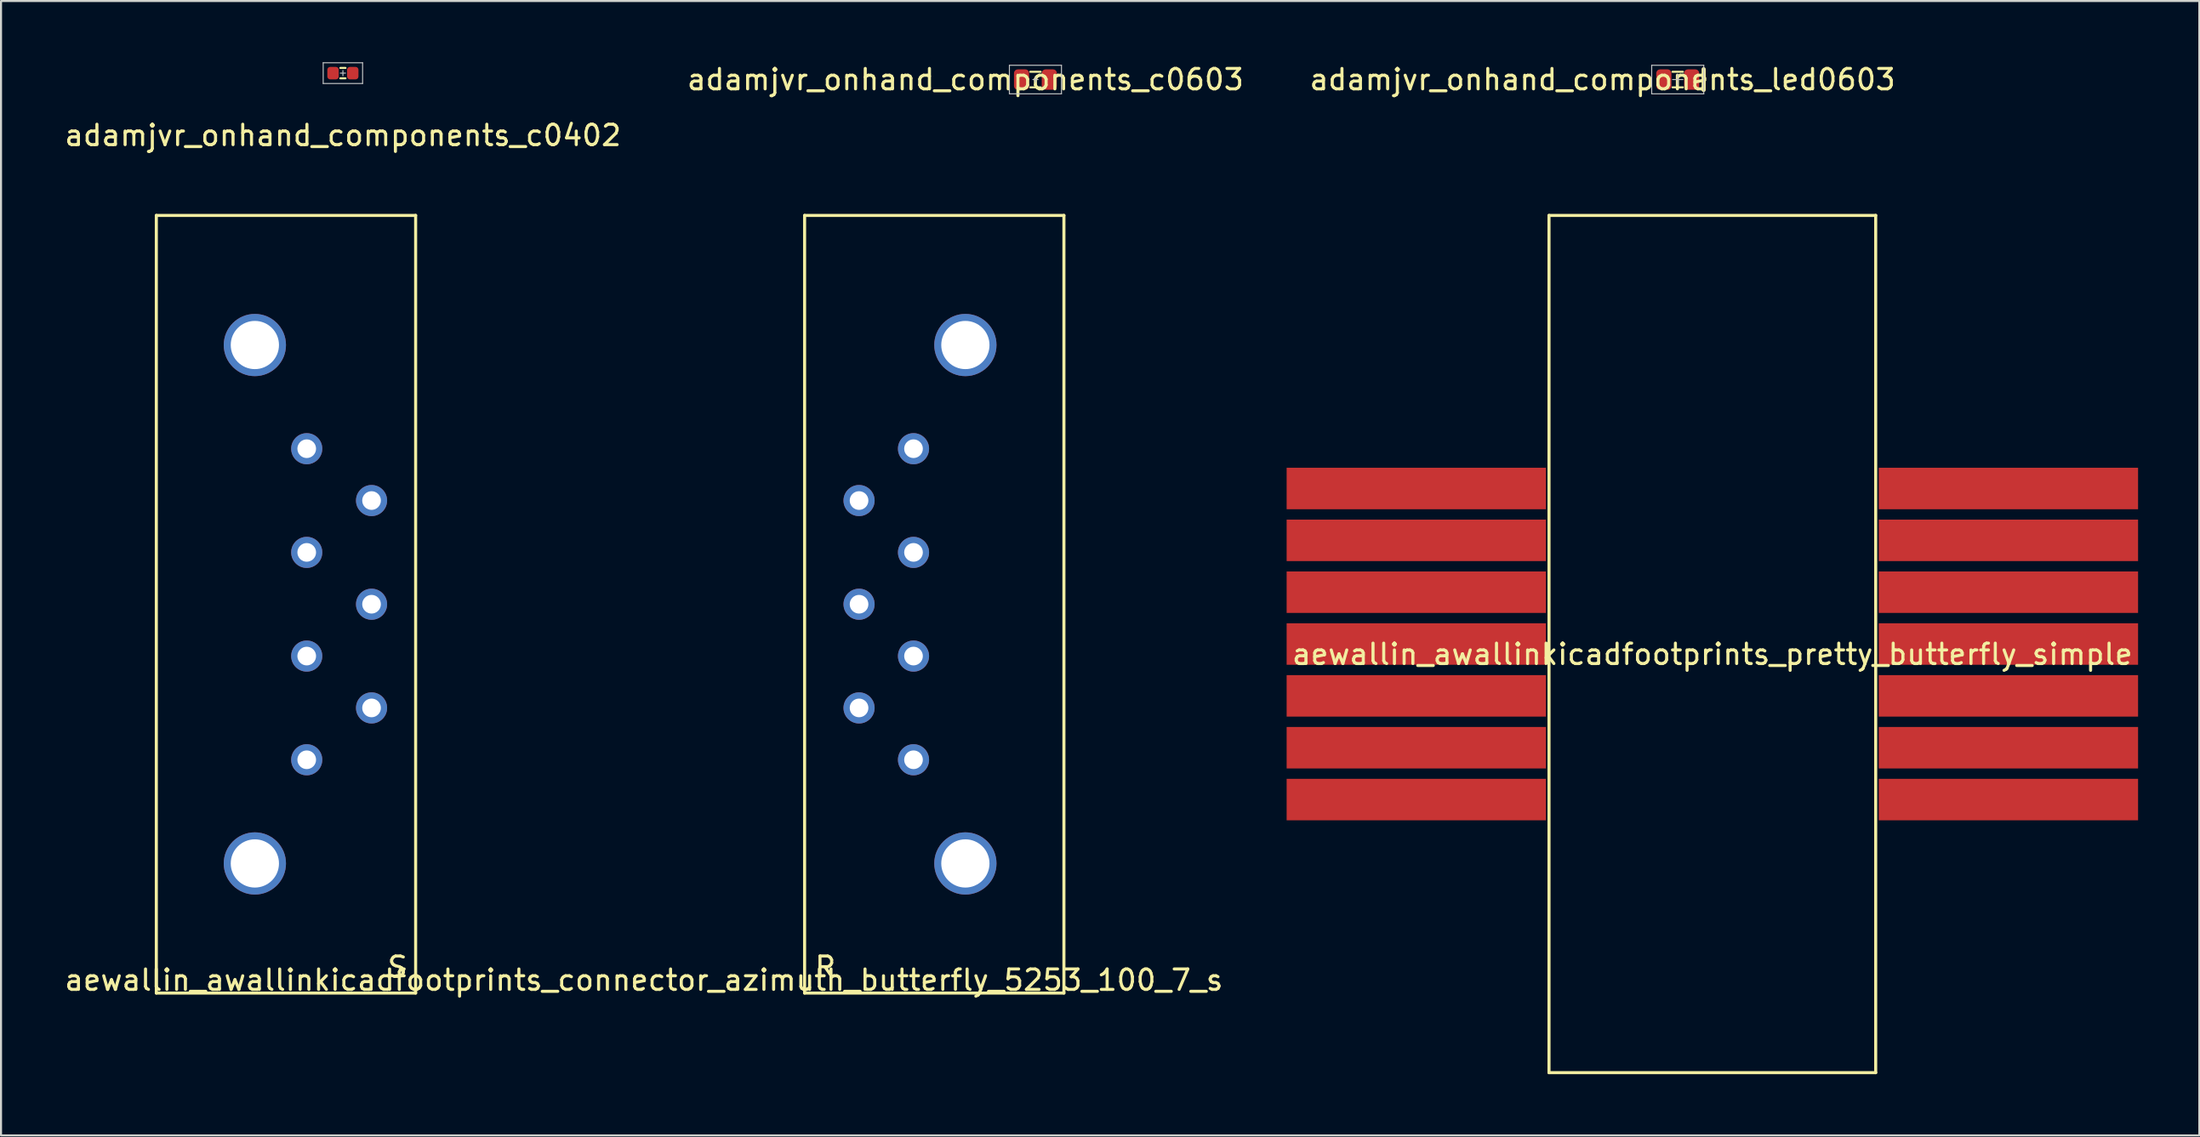
<source format=kicad_pcb>
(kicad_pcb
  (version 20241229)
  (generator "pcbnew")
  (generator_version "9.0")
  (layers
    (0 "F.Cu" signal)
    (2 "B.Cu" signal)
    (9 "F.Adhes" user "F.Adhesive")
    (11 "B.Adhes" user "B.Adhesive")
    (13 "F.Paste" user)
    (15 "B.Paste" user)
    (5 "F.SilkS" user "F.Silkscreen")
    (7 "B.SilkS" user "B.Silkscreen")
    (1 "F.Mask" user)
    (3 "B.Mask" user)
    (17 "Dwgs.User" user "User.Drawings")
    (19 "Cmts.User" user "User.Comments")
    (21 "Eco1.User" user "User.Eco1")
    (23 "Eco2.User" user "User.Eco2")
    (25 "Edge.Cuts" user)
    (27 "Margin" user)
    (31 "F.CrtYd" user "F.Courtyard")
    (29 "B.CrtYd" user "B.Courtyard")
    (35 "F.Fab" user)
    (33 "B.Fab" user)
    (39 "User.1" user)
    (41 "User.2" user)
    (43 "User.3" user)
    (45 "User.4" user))
  (footprint "aewallin_awallinkicadfootprints_connector_azimuth_butterfly_5253_100_7_s"
    (layer "F.Cu")
    (at 9.432 39.254)
    (property "Reference" "aewallin_awallinkicadfootprints_connector_azimuth_butterfly_5253_100_7_s" (at 19.05 5.715 0) (layer "F.SilkS") (effects (font (size 1 1) (thickness 0.15))))
    (attr through_hole)
    (fp_line (start -4.826 -31.75) (end -4.826 6.35) (stroke (width 0.15) (type solid)) (layer "F.SilkS"))
    (fp_line (start 7.874 -31.75) (end -4.826 -31.75) (stroke (width 0.15) (type solid)) (layer "F.SilkS"))
    (fp_line (start 7.874 6.35) (end -4.826 6.35) (stroke (width 0.15) (type solid)) (layer "F.SilkS"))
    (fp_line (start 7.874 6.35) (end 7.874 -31.75) (stroke (width 0.15) (type solid)) (layer "F.SilkS"))
    (fp_line (start 26.924 -31.75) (end 39.624 -31.75) (stroke (width 0.15) (type solid)) (layer "F.SilkS"))
    (fp_line (start 26.924 6.35) (end 26.924 -31.75) (stroke (width 0.15) (type solid)) (layer "F.SilkS"))
    (fp_line (start 26.924 6.35) (end 39.624 6.35) (stroke (width 0.15) (type solid)) (layer "F.SilkS"))
    (fp_line (start 39.624 -31.75) (end 39.624 6.35) (stroke (width 0.15) (type solid)) (layer "F.SilkS"))
    (fp_text user "R" (at 27.94 5.08 0) (layer "F.SilkS") (effects (font (size 1 1) (thickness 0.15))))
    (fp_text user "S" (at 6.985 5.08 0) (layer "F.SilkS") (effects (font (size 1 1) (thickness 0.15))))
    (pad "" np_thru_hole circle (at 0 -25.4) (size 3.048 3.048) (drill 2.362) (layers "*.Cu" "*.Mask"))
    (pad "" np_thru_hole circle (at 0 0) (size 3.048 3.048) (drill 2.362) (layers "*.Cu" "*.Mask"))
    (pad "" np_thru_hole circle (at 34.798 -25.4) (size 3.048 3.048) (drill 2.362) (layers "*.Cu" "*.Mask"))
    (pad "" np_thru_hole circle (at 34.798 0) (size 3.048 3.048) (drill 2.362) (layers "*.Cu" "*.Mask"))
    (pad "1" thru_hole circle (at 2.54 -20.32) (size 1.524 1.524) (drill 0.914) (layers "*.Cu" "*.Mask"))
    (pad "2" thru_hole circle (at 5.715 -17.78) (size 1.524 1.524) (drill 0.914) (layers "*.Cu" "*.Mask"))
    (pad "3" thru_hole circle (at 2.54 -15.24) (size 1.524 1.524) (drill 0.914) (layers "*.Cu" "*.Mask"))
    (pad "4" thru_hole circle (at 5.715 -12.7) (size 1.524 1.524) (drill 0.914) (layers "*.Cu" "*.Mask"))
    (pad "5" thru_hole circle (at 2.54 -10.16) (size 1.524 1.524) (drill 0.914) (layers "*.Cu" "*.Mask"))
    (pad "6" thru_hole circle (at 5.715 -7.62) (size 1.524 1.524) (drill 0.914) (layers "*.Cu" "*.Mask"))
    (pad "7" thru_hole circle (at 2.54 -5.08) (size 1.524 1.524) (drill 0.914) (layers "*.Cu" "*.Mask"))
    (pad "8" thru_hole circle (at 32.258 -5.08) (size 1.524 1.524) (drill 0.914) (layers "*.Cu" "*.Mask"))
    (pad "9" thru_hole circle (at 29.591 -7.62) (size 1.524 1.524) (drill 0.914) (layers "*.Cu" "*.Mask"))
    (pad "10" thru_hole circle (at 32.258 -10.16) (size 1.524 1.524) (drill 0.914) (layers "*.Cu" "*.Mask"))
    (pad "11" thru_hole circle (at 29.591 -12.7) (size 1.524 1.524) (drill 0.914) (layers "*.Cu" "*.Mask"))
    (pad "12" thru_hole circle (at 32.258 -15.24) (size 1.524 1.524) (drill 0.914) (layers "*.Cu" "*.Mask"))
    (pad "13" thru_hole circle (at 29.591 -17.78) (size 1.524 1.524) (drill 0.914) (layers "*.Cu" "*.Mask"))
    (pad "14" thru_hole circle (at 32.258 -20.32) (size 1.524 1.524) (drill 0.914) (layers "*.Cu" "*.Mask")))
  (footprint "adamjvr_onhand_components_c0603"
    (layer "F.Cu")
    (at 47.661 0.848)
    (property "Reference" "adamjvr_onhand_components_c0603" (at -3.429 0 0) (layer "F.SilkS") (effects (font (size 1 1) (thickness 0.15))))
    (attr through_hole)
    (fp_line (start -0.127 -0.254) (end -0.127 0.254) (stroke (width 0.05) (type solid)) (layer "F.Mask"))
    (fp_line (start -0.127 0.254) (end 0.127 0.254) (stroke (width 0.05) (type solid)) (layer "F.Mask"))
    (fp_line (start 0.127 -0.254) (end -0.127 -0.254) (stroke (width 0.05) (type solid)) (layer "F.Mask"))
    (fp_line (start 0.127 0.254) (end 0.127 -0.254) (stroke (width 0.05) (type solid)) (layer "F.Mask"))
    (fp_line (start -0.254 -0.381) (end 0.254 -0.381) (stroke (width 0.1) (type solid)) (layer "F.SilkS"))
    (fp_line (start -0.254 0.381) (end 0.254 0.381) (stroke (width 0.1) (type solid)) (layer "F.SilkS"))
    (fp_line (start -1.275 -0.7) (end -1.275 0.7) (stroke (width 0.05) (type solid)) (layer "Dwgs.User"))
    (fp_line (start -1.275 -0.7) (end 1.275 -0.7) (stroke (width 0.05) (type solid)) (layer "Dwgs.User"))
    (fp_line (start -1.275 0.7) (end 1.275 0.7) (stroke (width 0.05) (type solid)) (layer "Dwgs.User"))
    (fp_line (start 0 -0.127) (end 0 0.127) (stroke (width 0.05) (type solid)) (layer "Dwgs.User"))
    (fp_line (start 0.127 0) (end -0.127 0) (stroke (width 0.05) (type solid)) (layer "Dwgs.User"))
    (fp_line (start 1.275 -0.7) (end 1.275 0.7) (stroke (width 0.05) (type solid)) (layer "Dwgs.User"))
    (fp_line (start -0.8 -0.4) (end -0.8 0.4) (stroke (width 0.05) (type solid)) (layer "Eco1.User"))
    (fp_line (start -0.8 0.4) (end 0.8 0.4) (stroke (width 0.05) (type solid)) (layer "Eco1.User"))
    (fp_line (start 0.8 -0.4) (end -0.8 -0.4) (stroke (width 0.05) (type solid)) (layer "Eco1.User"))
    (fp_line (start 0.8 0.4) (end 0.8 -0.4) (stroke (width 0.05) (type solid)) (layer "Eco1.User"))
    (pad "1" smd roundrect (at -0.68 0) (size 0.74 1) (layers "F.Cu" "F.Mask" "F.Paste") (roundrect_rratio 0.25))
    (pad "2" smd roundrect (at 0.68 0) (size 0.74 1) (layers "F.Cu" "F.Mask" "F.Paste") (roundrect_rratio 0.25)))
  (footprint "adamjvr_onhand_components_led0603"
    (layer "F.Cu")
    (at 79.118 0.848)
    (property "Reference" "adamjvr_onhand_components_led0603" (at -3.683 0 0) (layer "F.SilkS") (effects (font (size 1 1) (thickness 0.15))))
    (attr through_hole)
    (fp_line (start -0.254 -0.381) (end 0.254 -0.381) (stroke (width 0.1) (type solid)) (layer "F.SilkS"))
    (fp_line (start 0.254 0.381) (end -0.254 0.381) (stroke (width 0.1) (type solid)) (layer "F.SilkS"))
    (fp_line (start 1.27 -0.508) (end 1.27 0.508) (stroke (width 0.2) (type solid)) (layer "F.SilkS"))
    (fp_line (start -1.275 -0.7) (end 1.275 -0.7) (stroke (width 0.05) (type solid)) (layer "Dwgs.User"))
    (fp_line (start -1.275 0.7) (end -1.275 -0.7) (stroke (width 0.05) (type solid)) (layer "Dwgs.User"))
    (fp_line (start 0 -0.254) (end 0 0.254) (stroke (width 0.05) (type solid)) (layer "Dwgs.User"))
    (fp_line (start 0.254 0) (end -0.254 0) (stroke (width 0.05) (type solid)) (layer "Dwgs.User"))
    (fp_line (start 1.275 -0.7) (end 1.275 0.7) (stroke (width 0.05) (type solid)) (layer "Dwgs.User"))
    (fp_line (start 1.275 0.7) (end -1.275 0.7) (stroke (width 0.05) (type solid)) (layer "Dwgs.User"))
    (fp_line (start -0.8 -0.381) (end -0.8 0.381) (stroke (width 0.05) (type solid)) (layer "Eco1.User"))
    (fp_line (start -0.8 0.381) (end 0.8 0.381) (stroke (width 0.05) (type solid)) (layer "Eco1.User"))
    (fp_line (start 0.8 -0.381) (end -0.8 -0.381) (stroke (width 0.05) (type solid)) (layer "Eco1.User"))
    (fp_line (start 0.8 0.381) (end 0.8 -0.381) (stroke (width 0.05) (type solid)) (layer "Eco1.User"))
    (pad "1" smd roundrect (at -0.68 0) (size 0.74 1) (layers "F.Cu" "F.Mask" "F.Paste") (roundrect_rratio 0.25))
    (pad "2" smd roundrect (at 0.68 0) (size 0.74 1) (layers "F.Cu" "F.Mask" "F.Paste") (roundrect_rratio 0.25)))
  (footprint "aewallin_awallinkicadfootprints_pretty_butterfly_simple"
    (layer "F.Cu")
    (at 80.814 28.504)
    (property "Reference" "aewallin_awallinkicadfootprints_pretty_butterfly_simple" (at 0 0.5 0) (layer "F.SilkS") (effects (font (size 1 1) (thickness 0.15))))
    (attr through_hole)
    (fp_line (start -8 -21) (end -8 21) (stroke (width 0.15) (type solid)) (layer "F.SilkS"))
    (fp_line (start -8 -21) (end 8 -21) (stroke (width 0.15) (type solid)) (layer "F.SilkS"))
    (fp_line (start -8 21) (end 8 21) (stroke (width 0.15) (type solid)) (layer "F.SilkS"))
    (fp_line (start 8 21) (end 8 -21) (stroke (width 0.15) (type solid)) (layer "F.SilkS"))
    (pad "1" smd rect (at -14.5 -7.62) (size 12.7 2.032) (layers "F.Cu" "F.Mask" "F.Paste"))
    (pad "2" smd rect (at -14.5 -5.08) (size 12.7 2.032) (layers "F.Cu" "F.Mask" "F.Paste"))
    (pad "3" smd rect (at -14.5 -2.54) (size 12.7 2.032) (layers "F.Cu" "F.Mask" "F.Paste"))
    (pad "4" smd rect (at -14.5 0) (size 12.7 2.032) (layers "F.Cu" "F.Mask" "F.Paste"))
    (pad "5" smd rect (at -14.5 2.54) (size 12.7 2.032) (layers "F.Cu" "F.Mask" "F.Paste"))
    (pad "6" smd rect (at -14.5 5.08) (size 12.7 2.032) (layers "F.Cu" "F.Mask" "F.Paste"))
    (pad "7" smd rect (at -14.5 7.62) (size 12.7 2.032) (layers "F.Cu" "F.Mask" "F.Paste"))
    (pad "8" smd rect (at 14.5 7.62) (size 12.7 2.032) (layers "F.Cu" "F.Mask" "F.Paste"))
    (pad "9" smd rect (at 14.5 5.08) (size 12.7 2.032) (layers "F.Cu" "F.Mask" "F.Paste"))
    (pad "10" smd rect (at 14.5 2.54) (size 12.7 2.032) (layers "F.Cu" "F.Mask" "F.Paste"))
    (pad "11" smd rect (at 14.5 0) (size 12.7 2.032) (layers "F.Cu" "F.Mask" "F.Paste"))
    (pad "12" smd rect (at 14.5 -2.54) (size 12.7 2.032) (layers "F.Cu" "F.Mask" "F.Paste"))
    (pad "13" smd rect (at 14.5 -5.08) (size 12.7 2.032) (layers "F.Cu" "F.Mask" "F.Paste"))
    (pad "14" smd rect (at 14.5 -7.62) (size 12.7 2.032) (layers "F.Cu" "F.Mask" "F.Paste")))
  (footprint "adamjvr_onhand_components_c0402"
    (layer "F.Cu")
    (at 13.744 0.533)
    (property "Reference" "adamjvr_onhand_components_c0402" (at 0 3.048 0) (layer "F.SilkS") (effects (font (size 1 1) (thickness 0.15))))
    (attr through_hole)
    (fp_line (start -0.127 -0.254) (end 0.127 -0.254) (stroke (width 0.1) (type solid)) (layer "F.SilkS"))
    (fp_line (start -0.127 0.254) (end 0.127 0.254) (stroke (width 0.1) (type solid)) (layer "F.SilkS"))
    (fp_line (start -0.965 -0.508) (end -0.965 0.508) (stroke (width 0.05) (type solid)) (layer "Dwgs.User"))
    (fp_line (start -0.965 -0.508) (end 0.965 -0.508) (stroke (width 0.05) (type solid)) (layer "Dwgs.User"))
    (fp_line (start -0.965 0.508) (end 0.965 0.508) (stroke (width 0.05) (type solid)) (layer "Dwgs.User"))
    (fp_line (start 0 -0.127) (end 0 0.127) (stroke (width 0.05) (type solid)) (layer "Dwgs.User"))
    (fp_line (start 0.127 0) (end -0.127 0) (stroke (width 0.05) (type solid)) (layer "Dwgs.User"))
    (fp_line (start 0.965 -0.508) (end 0.965 0.508) (stroke (width 0.05) (type solid)) (layer "Dwgs.User"))
    (fp_line (start -0.5 -0.29) (end -0.5 0.29) (stroke (width 0.05) (type solid)) (layer "Eco1.User"))
    (fp_line (start -0.5 0.29) (end 0.5 0.29) (stroke (width 0.05) (type solid)) (layer "Eco1.User"))
    (fp_line (start 0.5 -0.29) (end -0.5 -0.29) (stroke (width 0.05) (type solid)) (layer "Eco1.User"))
    (fp_line (start 0.5 0.29) (end 0.5 -0.29) (stroke (width 0.05) (type solid)) (layer "Eco1.User"))
    (pad "1" smd roundrect (at -0.483 0) (size 0.559 0.61) (layers "F.Cu" "F.Mask" "F.Paste") (roundrect_rratio 0.25))
    (pad "2" smd roundrect (at 0.483 0) (size 0.559 0.61) (layers "F.Cu" "F.Mask" "F.Paste") (roundrect_rratio 0.25)))
  (gr_rect
    (start -3 -3)
    (end 104.664 52.579)
    (stroke (width 0.1) (type default))
    (fill no)
    (layer "Edge.Cuts")))
</source>
